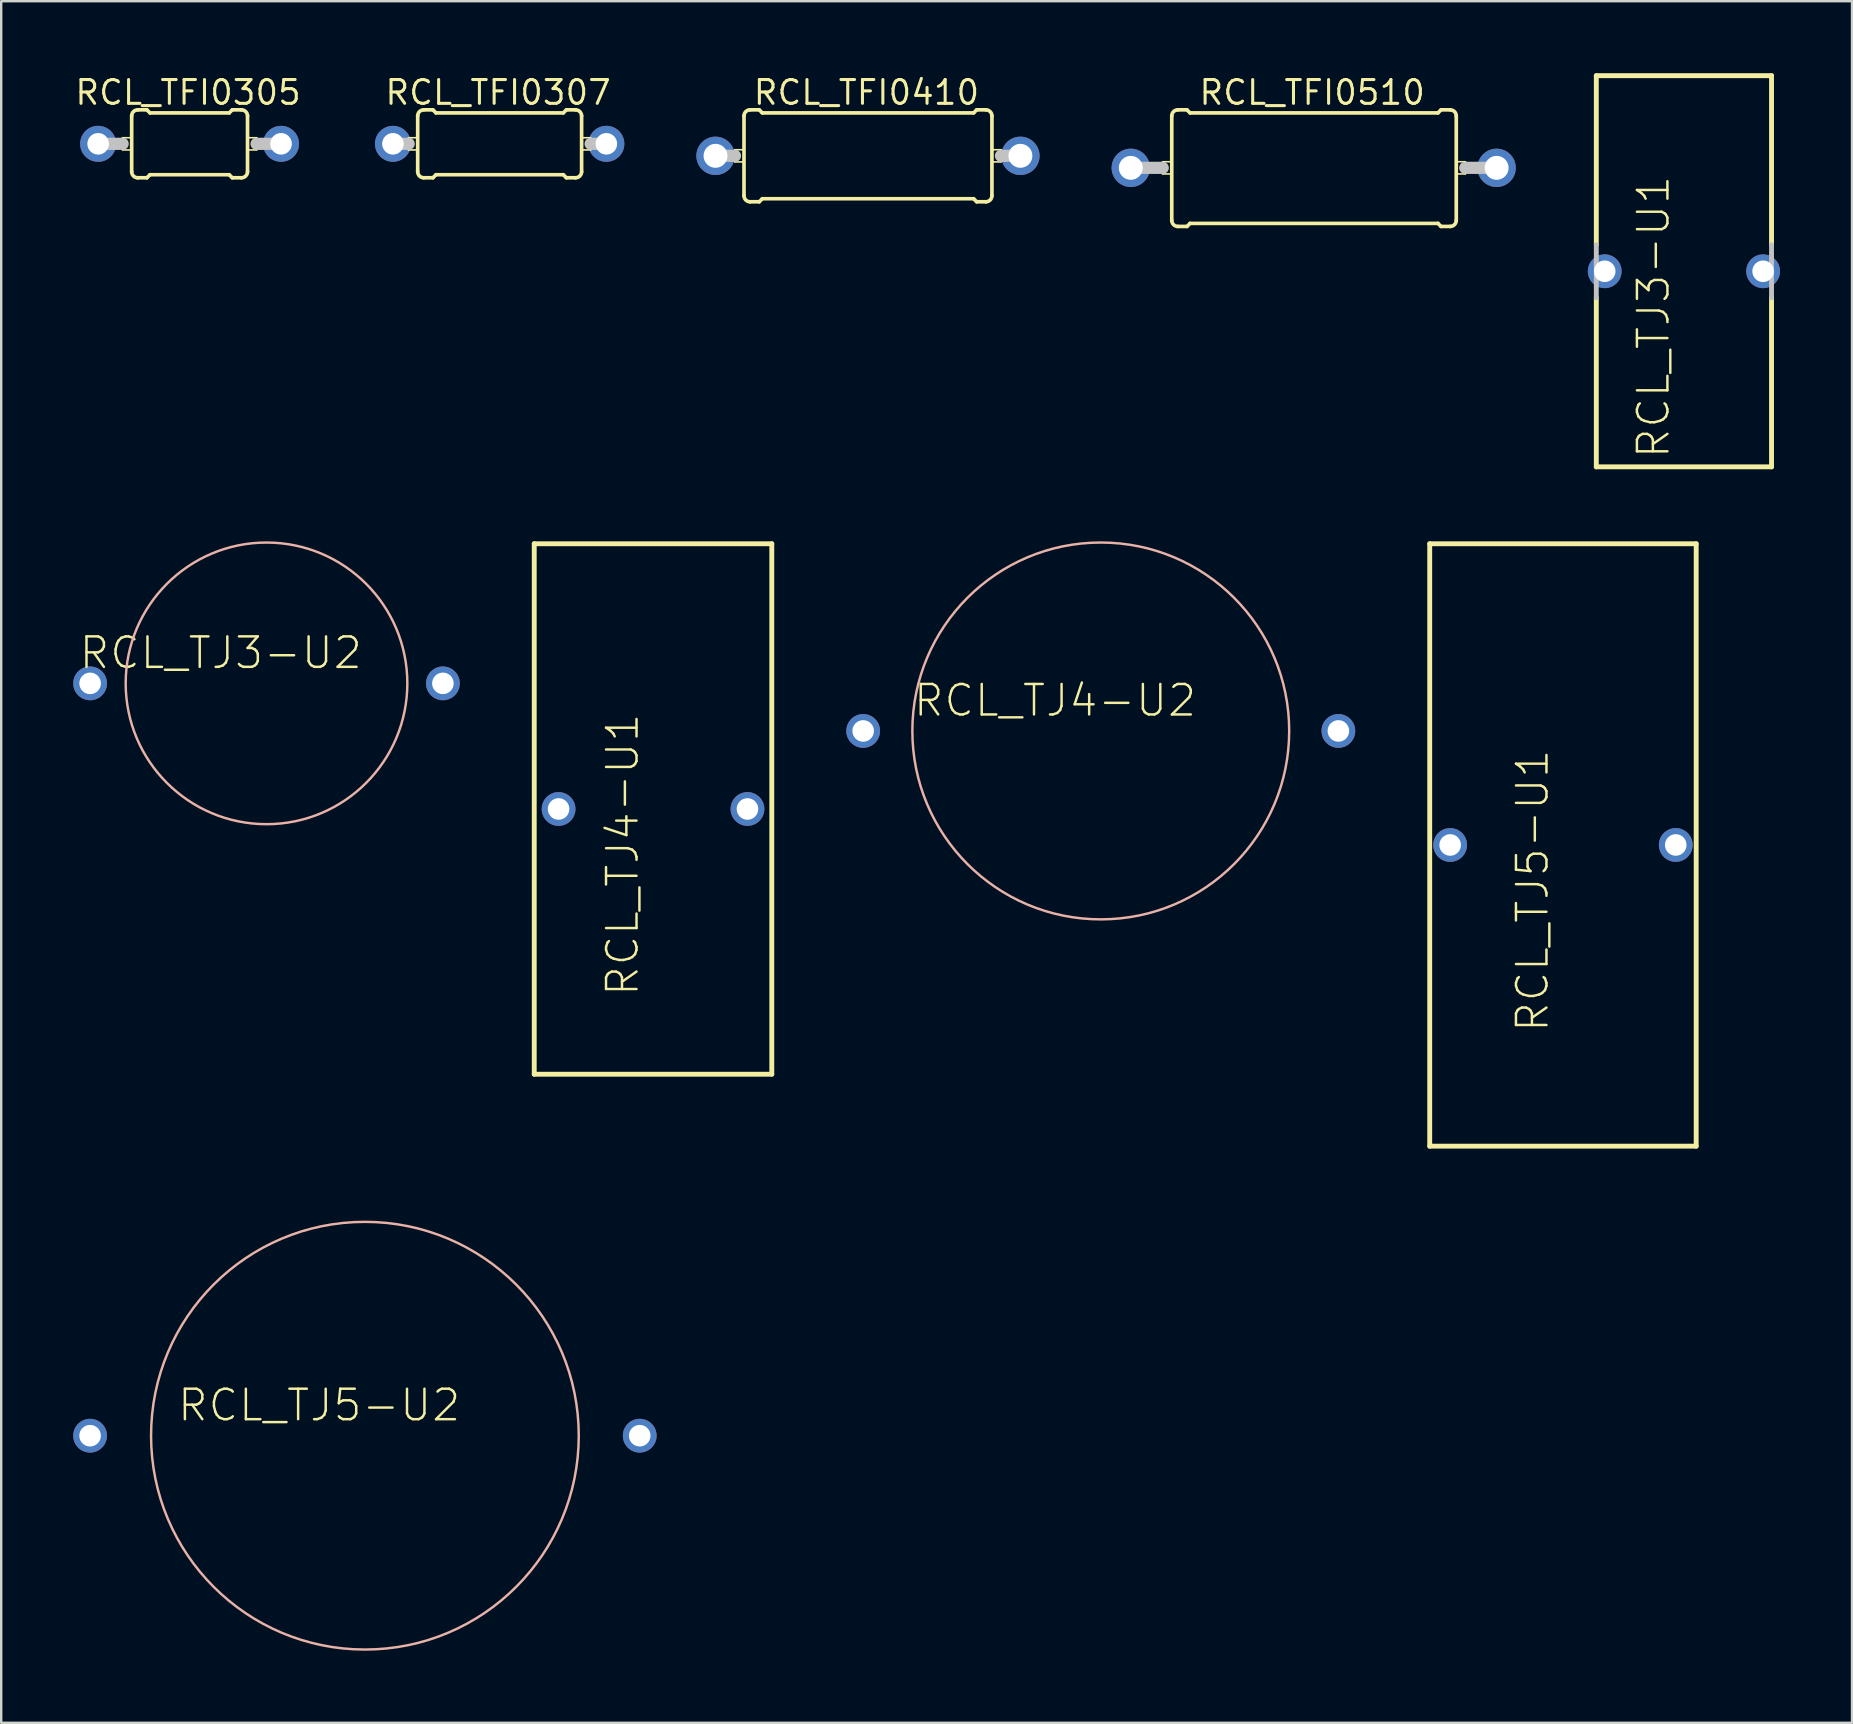
<source format=kicad_pcb>
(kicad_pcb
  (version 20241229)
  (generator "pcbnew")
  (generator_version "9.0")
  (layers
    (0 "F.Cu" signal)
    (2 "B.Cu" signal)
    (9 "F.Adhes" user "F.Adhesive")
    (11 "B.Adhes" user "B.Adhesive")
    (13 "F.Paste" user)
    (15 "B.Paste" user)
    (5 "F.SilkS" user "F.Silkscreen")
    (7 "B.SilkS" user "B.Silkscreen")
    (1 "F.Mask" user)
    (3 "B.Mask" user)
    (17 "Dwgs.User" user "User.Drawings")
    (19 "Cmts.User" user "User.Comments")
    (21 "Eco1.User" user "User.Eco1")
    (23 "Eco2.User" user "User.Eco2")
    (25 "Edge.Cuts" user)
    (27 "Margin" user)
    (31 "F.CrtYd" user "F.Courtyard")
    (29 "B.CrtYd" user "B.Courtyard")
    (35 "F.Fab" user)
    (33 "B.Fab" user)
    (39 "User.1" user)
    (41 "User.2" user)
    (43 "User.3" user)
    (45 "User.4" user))
  (footprint "RCL_TJ5-U2"
    (layer "F.Cu")
    (at 12.151 56.757)
    (property "Reference" "RCL_TJ5-U2" (at -1.905 -1.27 0) (layer "F.SilkS") (effects (font (size 1.27 1.27) (thickness 0.102))))
    (attr exclude_from_pos_files exclude_from_bom)
    (fp_circle (center 0 0) (end -6.299 6.299) (stroke (width 0.102) (type solid)) (fill no) (layer "B.SilkS"))
    (pad "1" thru_hole circle (at -11.448 0) (size 1.407 1.407) (drill 0.899) (layers "*.Cu" "*.Paste" "*.Mask"))
    (pad "2" thru_hole circle (at 11.448 0) (size 1.407 1.407) (drill 0.899) (layers "*.Cu" "*.Paste" "*.Mask")))
  (footprint "RCL_TFI0410"
    (layer "F.Cu")
    (at 33.107 3.441)
    (property "Reference" "RCL_TFI0410" (at -0.064 -2.639 0) (layer "F.SilkS") (effects (font (size 0.991 0.991) (thickness 0.127))))
    (attr exclude_from_pos_files exclude_from_bom)
    (fp_line (start -5.545 -0.254) (end -5.164 -0.254) (stroke (width 0.066) (type solid)) (layer "F.SilkS"))
    (fp_line (start -5.545 0.254) (end -5.545 -0.254) (stroke (width 0.066) (type solid)) (layer "F.SilkS"))
    (fp_line (start -5.545 0.254) (end -5.164 0.254) (stroke (width 0.066) (type solid)) (layer "F.SilkS"))
    (fp_line (start -5.164 0.254) (end -5.164 -0.254) (stroke (width 0.066) (type solid)) (layer "F.SilkS"))
    (fp_line (start -5.164 1.661) (end -5.164 -1.661) (stroke (width 0.152) (type solid)) (layer "F.SilkS"))
    (fp_line (start -4.91 -1.915) (end -4.529 -1.915) (stroke (width 0.152) (type solid)) (layer "F.SilkS"))
    (fp_line (start -4.91 1.915) (end -4.529 1.915) (stroke (width 0.152) (type solid)) (layer "F.SilkS"))
    (fp_line (start -4.402 -1.788) (end -4.529 -1.915) (stroke (width 0.152) (type solid)) (layer "F.SilkS"))
    (fp_line (start -4.402 1.788) (end -4.529 1.915) (stroke (width 0.152) (type solid)) (layer "F.SilkS"))
    (fp_line (start 4.402 -1.788) (end -4.402 -1.788) (stroke (width 0.152) (type solid)) (layer "F.SilkS"))
    (fp_line (start 4.402 -1.788) (end 4.529 -1.915) (stroke (width 0.152) (type solid)) (layer "F.SilkS"))
    (fp_line (start 4.402 1.788) (end -4.402 1.788) (stroke (width 0.152) (type solid)) (layer "F.SilkS"))
    (fp_line (start 4.402 1.788) (end 4.529 1.915) (stroke (width 0.152) (type solid)) (layer "F.SilkS"))
    (fp_line (start 4.91 -1.915) (end 4.529 -1.915) (stroke (width 0.152) (type solid)) (layer "F.SilkS"))
    (fp_line (start 4.91 1.915) (end 4.529 1.915) (stroke (width 0.152) (type solid)) (layer "F.SilkS"))
    (fp_line (start 5.164 -0.254) (end 5.545 -0.254) (stroke (width 0.066) (type solid)) (layer "F.SilkS"))
    (fp_line (start 5.164 0.254) (end 5.164 -0.254) (stroke (width 0.066) (type solid)) (layer "F.SilkS"))
    (fp_line (start 5.164 0.254) (end 5.545 0.254) (stroke (width 0.066) (type solid)) (layer "F.SilkS"))
    (fp_line (start 5.164 1.661) (end 5.164 -1.661) (stroke (width 0.152) (type solid)) (layer "F.SilkS"))
    (fp_line (start 5.545 0.254) (end 5.545 -0.254) (stroke (width 0.066) (type solid)) (layer "F.SilkS"))
    (fp_arc (start -5.16382 -1.66116) (mid -5.089425 -1.840765) (end -4.90982 -1.91516) (stroke (width 0.1524) (type solid)) (layer "F.SilkS"))
    (fp_arc (start -4.90982 1.91516) (mid -5.089425 1.840765) (end -5.16382 1.66116) (stroke (width 0.1524) (type solid)) (layer "F.SilkS"))
    (fp_arc (start 4.90982 -1.91516) (mid 5.089425 -1.840765) (end 5.16382 -1.66116) (stroke (width 0.1524) (type solid)) (layer "F.SilkS"))
    (fp_arc (start 5.16382 1.66116) (mid 5.089425 1.840765) (end 4.90982 1.91516) (stroke (width 0.1524) (type solid)) (layer "F.SilkS"))
    (fp_line (start -6.35 0) (end -5.54 0) (stroke (width 0.508) (type solid)) (layer "Dwgs.User"))
    (fp_line (start 6.35 0) (end 5.54 0) (stroke (width 0.508) (type solid)) (layer "Dwgs.User"))
    (pad "1" thru_hole circle (at -6.35 0) (size 1.598 1.598) (drill 0.998) (layers "*.Cu" "*.Paste" "*.Mask"))
    (pad "2" thru_hole circle (at 6.35 0) (size 1.598 1.598) (drill 0.998) (layers "*.Cu" "*.Paste" "*.Mask")))
  (footprint "RCL_TFI0307"
    (layer "F.Cu")
    (at 17.764 2.941)
    (property "Reference" "RCL_TFI0307" (at -0.064 -2.139 0) (layer "F.SilkS") (effects (font (size 0.991 0.991) (thickness 0.127))))
    (attr exclude_from_pos_files exclude_from_bom)
    (fp_line (start -3.795 -0.254) (end -3.414 -0.254) (stroke (width 0.066) (type solid)) (layer "F.SilkS"))
    (fp_line (start -3.795 0.254) (end -3.795 -0.254) (stroke (width 0.066) (type solid)) (layer "F.SilkS"))
    (fp_line (start -3.795 0.254) (end -3.414 0.254) (stroke (width 0.066) (type solid)) (layer "F.SilkS"))
    (fp_line (start -3.414 0.254) (end -3.414 -0.254) (stroke (width 0.066) (type solid)) (layer "F.SilkS"))
    (fp_line (start -3.414 1.161) (end -3.414 -1.161) (stroke (width 0.152) (type solid)) (layer "F.SilkS"))
    (fp_line (start -3.16 -1.415) (end -2.779 -1.415) (stroke (width 0.152) (type solid)) (layer "F.SilkS"))
    (fp_line (start -3.16 1.415) (end -2.779 1.415) (stroke (width 0.152) (type solid)) (layer "F.SilkS"))
    (fp_line (start -2.652 -1.288) (end -2.779 -1.415) (stroke (width 0.152) (type solid)) (layer "F.SilkS"))
    (fp_line (start -2.652 1.288) (end -2.779 1.415) (stroke (width 0.152) (type solid)) (layer "F.SilkS"))
    (fp_line (start 2.652 -1.288) (end -2.652 -1.288) (stroke (width 0.152) (type solid)) (layer "F.SilkS"))
    (fp_line (start 2.652 -1.288) (end 2.779 -1.415) (stroke (width 0.152) (type solid)) (layer "F.SilkS"))
    (fp_line (start 2.652 1.288) (end -2.652 1.288) (stroke (width 0.152) (type solid)) (layer "F.SilkS"))
    (fp_line (start 2.652 1.288) (end 2.779 1.415) (stroke (width 0.152) (type solid)) (layer "F.SilkS"))
    (fp_line (start 3.16 -1.415) (end 2.779 -1.415) (stroke (width 0.152) (type solid)) (layer "F.SilkS"))
    (fp_line (start 3.16 1.415) (end 2.779 1.415) (stroke (width 0.152) (type solid)) (layer "F.SilkS"))
    (fp_line (start 3.414 -0.254) (end 3.795 -0.254) (stroke (width 0.066) (type solid)) (layer "F.SilkS"))
    (fp_line (start 3.414 0.254) (end 3.414 -0.254) (stroke (width 0.066) (type solid)) (layer "F.SilkS"))
    (fp_line (start 3.414 0.254) (end 3.795 0.254) (stroke (width 0.066) (type solid)) (layer "F.SilkS"))
    (fp_line (start 3.414 1.161) (end 3.414 -1.161) (stroke (width 0.152) (type solid)) (layer "F.SilkS"))
    (fp_line (start 3.795 0.254) (end 3.795 -0.254) (stroke (width 0.066) (type solid)) (layer "F.SilkS"))
    (fp_arc (start -3.41376 -1.16078) (mid -3.339365 -1.340385) (end -3.15976 -1.41478) (stroke (width 0.1524) (type solid)) (layer "F.SilkS"))
    (fp_arc (start -3.15976 1.41478) (mid -3.339365 1.340385) (end -3.41376 1.16078) (stroke (width 0.1524) (type solid)) (layer "F.SilkS"))
    (fp_arc (start 3.15976 -1.41478) (mid 3.339365 -1.340385) (end 3.41376 -1.16078) (stroke (width 0.1524) (type solid)) (layer "F.SilkS"))
    (fp_arc (start 3.41376 1.16078) (mid 3.339365 1.340385) (end 3.15976 1.41478) (stroke (width 0.1524) (type solid)) (layer "F.SilkS"))
    (fp_line (start -4.445 0) (end -3.79 0) (stroke (width 0.508) (type solid)) (layer "Dwgs.User"))
    (fp_line (start 4.445 0) (end 3.79 0) (stroke (width 0.508) (type solid)) (layer "Dwgs.User"))
    (pad "1" thru_hole circle (at -4.445 0) (size 1.499 1.499) (drill 0.899) (layers "*.Cu" "*.Paste" "*.Mask"))
    (pad "2" thru_hole circle (at 4.445 0) (size 1.499 1.499) (drill 0.899) (layers "*.Cu" "*.Paste" "*.Mask")))
  (footprint "RCL_TFI0510"
    (layer "F.Cu")
    (at 51.675 3.942)
    (property "Reference" "RCL_TFI0510" (at -0.064 -3.139 0) (layer "F.SilkS") (effects (font (size 0.991 0.991) (thickness 0.127))))
    (attr exclude_from_pos_files exclude_from_bom)
    (fp_line (start -6.294 -0.254) (end -5.913 -0.254) (stroke (width 0.066) (type solid)) (layer "F.SilkS"))
    (fp_line (start -6.294 0.254) (end -6.294 -0.254) (stroke (width 0.066) (type solid)) (layer "F.SilkS"))
    (fp_line (start -6.294 0.254) (end -5.913 0.254) (stroke (width 0.066) (type solid)) (layer "F.SilkS"))
    (fp_line (start -5.913 0.254) (end -5.913 -0.254) (stroke (width 0.066) (type solid)) (layer "F.SilkS"))
    (fp_line (start -5.913 2.187) (end -5.913 -2.162) (stroke (width 0.152) (type solid)) (layer "F.SilkS"))
    (fp_line (start -5.659 -2.416) (end -5.278 -2.416) (stroke (width 0.152) (type solid)) (layer "F.SilkS"))
    (fp_line (start -5.659 2.441) (end -5.278 2.441) (stroke (width 0.152) (type solid)) (layer "F.SilkS"))
    (fp_line (start -5.151 -2.289) (end -5.278 -2.416) (stroke (width 0.152) (type solid)) (layer "F.SilkS"))
    (fp_line (start -5.151 2.314) (end -5.278 2.441) (stroke (width 0.152) (type solid)) (layer "F.SilkS"))
    (fp_line (start 5.177 -2.289) (end -5.151 -2.289) (stroke (width 0.152) (type solid)) (layer "F.SilkS"))
    (fp_line (start 5.177 -2.289) (end 5.304 -2.416) (stroke (width 0.152) (type solid)) (layer "F.SilkS"))
    (fp_line (start 5.177 2.314) (end -5.151 2.314) (stroke (width 0.152) (type solid)) (layer "F.SilkS"))
    (fp_line (start 5.177 2.314) (end 5.304 2.441) (stroke (width 0.152) (type solid)) (layer "F.SilkS"))
    (fp_line (start 5.685 -2.416) (end 5.304 -2.416) (stroke (width 0.152) (type solid)) (layer "F.SilkS"))
    (fp_line (start 5.685 2.441) (end 5.304 2.441) (stroke (width 0.152) (type solid)) (layer "F.SilkS"))
    (fp_line (start 5.939 -0.254) (end 6.32 -0.254) (stroke (width 0.066) (type solid)) (layer "F.SilkS"))
    (fp_line (start 5.939 0.254) (end 5.939 -0.254) (stroke (width 0.066) (type solid)) (layer "F.SilkS"))
    (fp_line (start 5.939 0.254) (end 6.32 0.254) (stroke (width 0.066) (type solid)) (layer "F.SilkS"))
    (fp_line (start 5.939 2.187) (end 5.939 -2.162) (stroke (width 0.152) (type solid)) (layer "F.SilkS"))
    (fp_line (start 6.32 0.254) (end 6.32 -0.254) (stroke (width 0.066) (type solid)) (layer "F.SilkS"))
    (fp_arc (start -5.91312 -2.16154) (mid -5.838725 -2.341145) (end -5.65912 -2.41554) (stroke (width 0.1524) (type solid)) (layer "F.SilkS"))
    (fp_arc (start -5.65912 2.44094) (mid -5.838725 2.366545) (end -5.91312 2.18694) (stroke (width 0.1524) (type solid)) (layer "F.SilkS"))
    (fp_arc (start 5.68452 -2.41554) (mid 5.864125 -2.341145) (end 5.93852 -2.16154) (stroke (width 0.1524) (type solid)) (layer "F.SilkS"))
    (fp_arc (start 5.93852 2.18694) (mid 5.864125 2.366545) (end 5.68452 2.44094) (stroke (width 0.1524) (type solid)) (layer "F.SilkS"))
    (fp_line (start -7.62 0) (end -6.289 0) (stroke (width 0.508) (type solid)) (layer "Dwgs.User"))
    (fp_line (start 7.62 0) (end 6.314 0) (stroke (width 0.508) (type solid)) (layer "Dwgs.User"))
    (pad "1" thru_hole circle (at -7.62 0) (size 1.598 1.598) (drill 0.998) (layers "*.Cu" "*.Paste" "*.Mask"))
    (pad "2" thru_hole circle (at 7.62 0) (size 1.598 1.598) (drill 0.998) (layers "*.Cu" "*.Paste" "*.Mask")))
  (footprint "RCL_TFI0305"
    (layer "F.Cu")
    (at 4.848 2.941)
    (property "Reference" "RCL_TFI0305" (at -0.064 -2.139 0) (layer "F.SilkS") (effects (font (size 0.991 0.991) (thickness 0.127))))
    (attr exclude_from_pos_files exclude_from_bom)
    (fp_line (start -2.794 -0.254) (end -2.413 -0.254) (stroke (width 0.066) (type solid)) (layer "F.SilkS"))
    (fp_line (start -2.794 0.254) (end -2.794 -0.254) (stroke (width 0.066) (type solid)) (layer "F.SilkS"))
    (fp_line (start -2.794 0.254) (end -2.413 0.254) (stroke (width 0.066) (type solid)) (layer "F.SilkS"))
    (fp_line (start -2.413 0.254) (end -2.413 -0.254) (stroke (width 0.066) (type solid)) (layer "F.SilkS"))
    (fp_line (start -2.413 1.161) (end -2.413 -1.161) (stroke (width 0.152) (type solid)) (layer "F.SilkS"))
    (fp_line (start -2.159 -1.415) (end -1.778 -1.415) (stroke (width 0.152) (type solid)) (layer "F.SilkS"))
    (fp_line (start -2.159 1.415) (end -1.778 1.415) (stroke (width 0.152) (type solid)) (layer "F.SilkS"))
    (fp_line (start -1.651 -1.288) (end -1.778 -1.415) (stroke (width 0.152) (type solid)) (layer "F.SilkS"))
    (fp_line (start -1.651 1.288) (end -1.778 1.415) (stroke (width 0.152) (type solid)) (layer "F.SilkS"))
    (fp_line (start 1.651 -1.288) (end -1.651 -1.288) (stroke (width 0.152) (type solid)) (layer "F.SilkS"))
    (fp_line (start 1.651 -1.288) (end 1.778 -1.415) (stroke (width 0.152) (type solid)) (layer "F.SilkS"))
    (fp_line (start 1.651 1.288) (end -1.651 1.288) (stroke (width 0.152) (type solid)) (layer "F.SilkS"))
    (fp_line (start 1.651 1.288) (end 1.778 1.415) (stroke (width 0.152) (type solid)) (layer "F.SilkS"))
    (fp_line (start 2.159 -1.415) (end 1.778 -1.415) (stroke (width 0.152) (type solid)) (layer "F.SilkS"))
    (fp_line (start 2.159 1.415) (end 1.778 1.415) (stroke (width 0.152) (type solid)) (layer "F.SilkS"))
    (fp_line (start 2.413 -0.254) (end 2.794 -0.254) (stroke (width 0.066) (type solid)) (layer "F.SilkS"))
    (fp_line (start 2.413 0.254) (end 2.413 -0.254) (stroke (width 0.066) (type solid)) (layer "F.SilkS"))
    (fp_line (start 2.413 0.254) (end 2.794 0.254) (stroke (width 0.066) (type solid)) (layer "F.SilkS"))
    (fp_line (start 2.413 1.161) (end 2.413 -1.161) (stroke (width 0.152) (type solid)) (layer "F.SilkS"))
    (fp_line (start 2.794 0.254) (end 2.794 -0.254) (stroke (width 0.066) (type solid)) (layer "F.SilkS"))
    (fp_arc (start -2.413 -1.16078) (mid -2.338605 -1.340385) (end -2.159 -1.41478) (stroke (width 0.1524) (type solid)) (layer "F.SilkS"))
    (fp_arc (start -2.159 1.41478) (mid -2.338605 1.340385) (end -2.413 1.16078) (stroke (width 0.1524) (type solid)) (layer "F.SilkS"))
    (fp_arc (start 2.159 -1.41478) (mid 2.338605 -1.340385) (end 2.413 -1.16078) (stroke (width 0.1524) (type solid)) (layer "F.SilkS"))
    (fp_arc (start 2.413 1.16078) (mid 2.338605 1.340385) (end 2.159 1.41478) (stroke (width 0.1524) (type solid)) (layer "F.SilkS"))
    (fp_line (start -3.81 0) (end -2.789 0) (stroke (width 0.508) (type solid)) (layer "Dwgs.User"))
    (fp_line (start 3.81 0) (end 2.789 0) (stroke (width 0.508) (type solid)) (layer "Dwgs.User"))
    (pad "1" thru_hole circle (at -3.81 0) (size 1.499 1.499) (drill 0.899) (layers "*.Cu" "*.Paste" "*.Mask"))
    (pad "2" thru_hole circle (at 3.81 0) (size 1.499 1.499) (drill 0.899) (layers "*.Cu" "*.Paste" "*.Mask")))
  (footprint "RCL_TJ5-U1"
    (layer "F.Cu")
    (at 62.058 32.149)
    (property "Reference" "RCL_TJ5-U1" (at -1.27 1.905 90) (layer "F.SilkS") (effects (font (size 1.27 1.27) (thickness 0.102))))
    (attr exclude_from_pos_files exclude_from_bom)
    (fp_line (start -5.55 -12.548) (end 5.55 -12.548) (stroke (width 0.203) (type solid)) (layer "F.SilkS"))
    (fp_line (start -5.55 12.548) (end -5.55 -12.548) (stroke (width 0.203) (type solid)) (layer "F.SilkS"))
    (fp_line (start 5.55 -12.548) (end 5.55 12.548) (stroke (width 0.203) (type solid)) (layer "F.SilkS"))
    (fp_line (start 5.55 12.548) (end -5.55 12.548) (stroke (width 0.203) (type solid)) (layer "F.SilkS"))
    (pad "1" thru_hole circle (at -4.699 0) (size 1.407 1.407) (drill 0.899) (layers "*.Cu" "*.Paste" "*.Mask"))
    (pad "2" thru_hole circle (at 4.699 0) (size 1.407 1.407) (drill 0.899) (layers "*.Cu" "*.Paste" "*.Mask")))
  (footprint "RCL_TJ4-U1"
    (layer "F.Cu")
    (at 24.153 30.65)
    (property "Reference" "RCL_TJ4-U1" (at -1.27 1.905 90) (layer "F.SilkS") (effects (font (size 1.27 1.27) (thickness 0.102))))
    (attr exclude_from_pos_files exclude_from_bom)
    (fp_line (start -4.948 -11.049) (end 4.948 -11.049) (stroke (width 0.203) (type solid)) (layer "F.SilkS"))
    (fp_line (start -4.948 11.049) (end -4.948 -11.049) (stroke (width 0.203) (type solid)) (layer "F.SilkS"))
    (fp_line (start 4.948 -11.049) (end 4.948 11.049) (stroke (width 0.203) (type solid)) (layer "F.SilkS"))
    (fp_line (start 4.948 11.049) (end -4.948 11.049) (stroke (width 0.203) (type solid)) (layer "F.SilkS"))
    (pad "1" thru_hole circle (at -3.934 0) (size 1.407 1.407) (drill 0.899) (layers "*.Cu" "*.Paste" "*.Mask"))
    (pad "2" thru_hole circle (at 3.934 0) (size 1.407 1.407) (drill 0.899) (layers "*.Cu" "*.Paste" "*.Mask")))
  (footprint "RCL_TJ3-U2"
    (layer "F.Cu")
    (at 8.052 25.417)
    (property "Reference" "RCL_TJ3-U2" (at -1.905 -1.27 0) (layer "F.SilkS") (effects (font (size 1.27 1.27) (thickness 0.102))))
    (attr exclude_from_pos_files exclude_from_bom)
    (fp_circle (center 0 0) (end -4.148 4.148) (stroke (width 0.102) (type solid)) (fill no) (layer "B.SilkS"))
    (pad "1" thru_hole circle (at -7.348 0) (size 1.407 1.407) (drill 0.899) (layers "*.Cu" "*.Paste" "*.Mask"))
    (pad "2" thru_hole circle (at 7.348 0) (size 1.407 1.407) (drill 0.899) (layers "*.Cu" "*.Paste" "*.Mask")))
  (footprint "RCL_TJ4-U2"
    (layer "F.Cu")
    (at 42.805 27.399)
    (property "Reference" "RCL_TJ4-U2" (at -1.905 -1.27 0) (layer "F.SilkS") (effects (font (size 1.27 1.27) (thickness 0.102))))
    (attr exclude_from_pos_files exclude_from_bom)
    (fp_circle (center 0 0) (end -5.55 5.55) (stroke (width 0.102) (type solid)) (fill no) (layer "B.SilkS"))
    (pad "1" thru_hole circle (at -9.898 0) (size 1.407 1.407) (drill 0.899) (layers "*.Cu" "*.Paste" "*.Mask"))
    (pad "2" thru_hole circle (at 9.898 0) (size 1.407 1.407) (drill 0.899) (layers "*.Cu" "*.Paste" "*.Mask")))
  (footprint "RCL_TJ3-U1"
    (layer "F.Cu")
    (at 67.097 8.25)
    (property "Reference" "RCL_TJ3-U1" (at -1.27 1.905 90) (layer "F.SilkS") (effects (font (size 1.27 1.27) (thickness 0.102))))
    (attr exclude_from_pos_files exclude_from_bom)
    (fp_line (start -3.65 -8.148) (end 3.65 -8.148) (stroke (width 0.203) (type solid)) (layer "F.SilkS"))
    (fp_line (start -3.65 -1.1) (end -3.65 -8.148) (stroke (width 0.203) (type solid)) (layer "F.SilkS"))
    (fp_line (start -3.65 8.148) (end -3.65 1.1) (stroke (width 0.203) (type solid)) (layer "F.SilkS"))
    (fp_line (start 3.65 -8.148) (end 3.65 -1.1) (stroke (width 0.203) (type solid)) (layer "F.SilkS"))
    (fp_line (start 3.65 1.1) (end 3.65 8.148) (stroke (width 0.203) (type solid)) (layer "F.SilkS"))
    (fp_line (start 3.65 8.148) (end -3.65 8.148) (stroke (width 0.203) (type solid)) (layer "F.SilkS"))
    (fp_line (start -3.65 1.1) (end -3.65 -1.1) (stroke (width 0.203) (type solid)) (layer "Dwgs.User"))
    (fp_line (start 3.65 -1.1) (end 3.65 1.1) (stroke (width 0.203) (type solid)) (layer "Dwgs.User"))
    (pad "1" thru_hole circle (at -3.299 0) (size 1.407 1.407) (drill 0.899) (layers "*.Cu" "*.Paste" "*.Mask"))
    (pad "2" thru_hole circle (at 3.299 0) (size 1.407 1.407) (drill 0.899) (layers "*.Cu" "*.Paste" "*.Mask")))
  (gr_rect
    (start -3 -3)
    (end 74.1 68.717)
    (stroke (width 0.1) (type default))
    (fill no)
    (layer "Edge.Cuts")))
</source>
